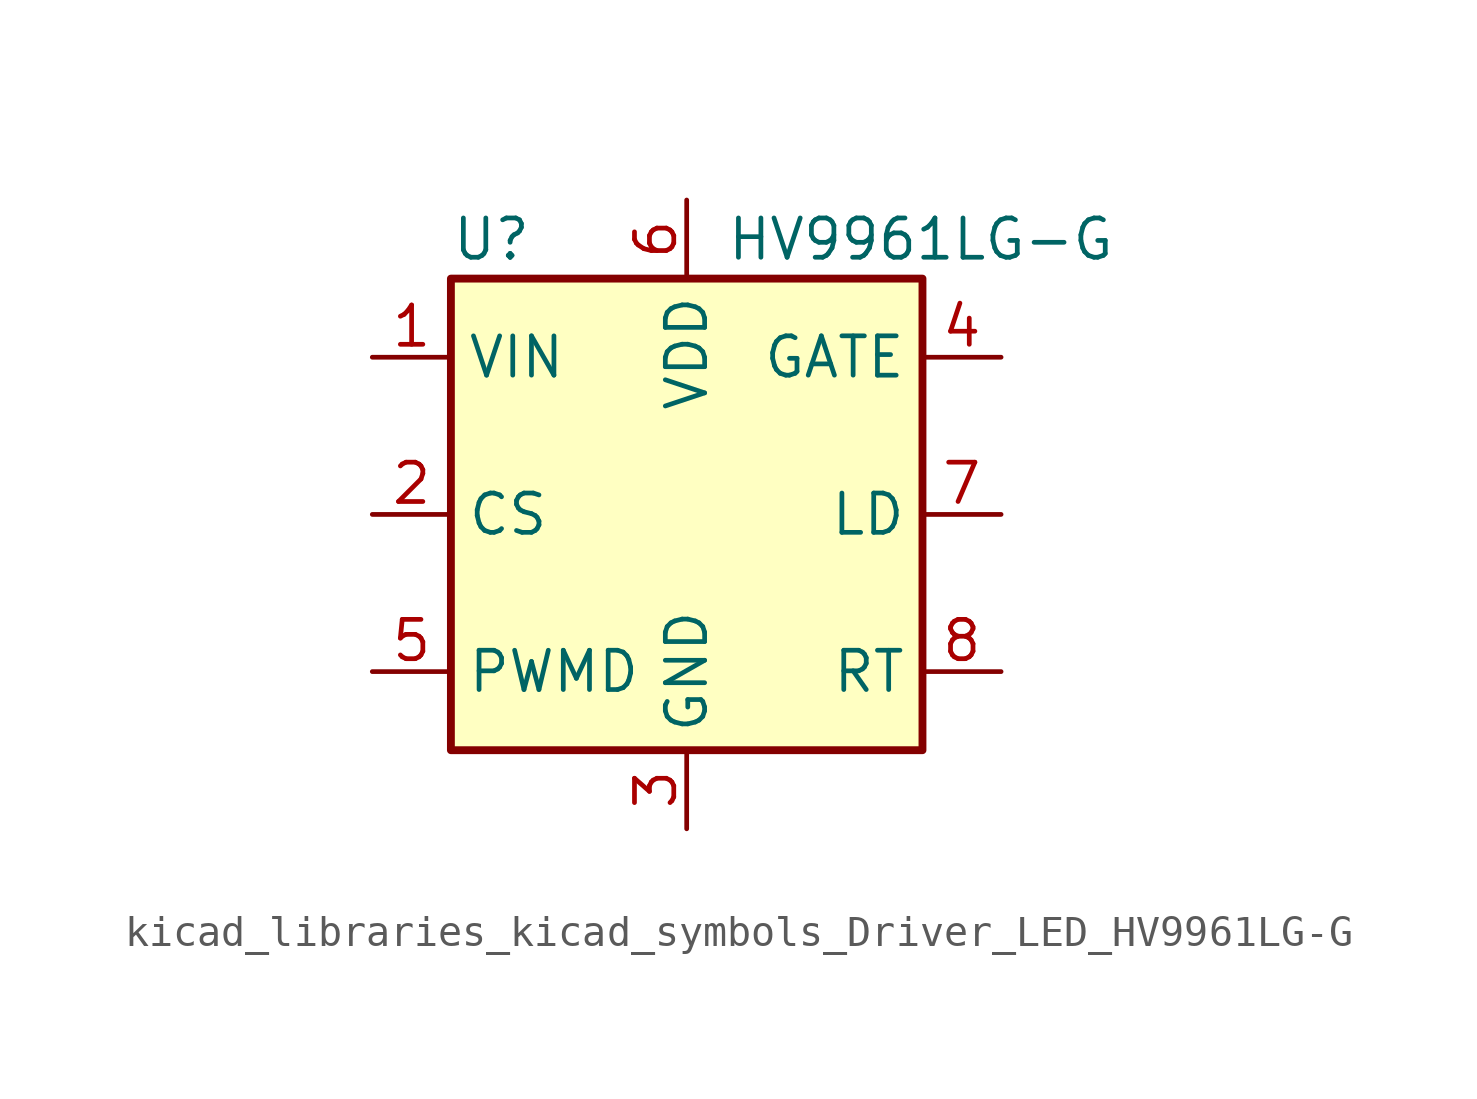
<source format=kicad_sym>
(kicad_symbol_lib
  (version 20220914)
  (generator kicad_symbol_editor)
  (symbol "kicad_libraries_kicad_symbols_Driver_LED_HV9961LG-G"
    (property "Reference" "U"
      (at -7.62 8.89 0)
      (effects (font (size 1.27 1.27)) (justify left)))
    (property "Value" "HV9961LG-G"
      (at 1.27 8.89 0)
      (effects (font (size 1.27 1.27)) (justify left)))
    (symbol "kicad_libraries_kicad_symbols_Driver_LED_HV9961LG-G_0_1"
      (rectangle (start -7.62 7.62) (end 7.62 -7.62) (stroke (width 0.254) (type default)) (fill (type background))))
    (symbol "kicad_libraries_kicad_symbols_Driver_LED_HV9961LG-G_1_1"
      (pin power_in line (at -10.16 5.08 0) (length 2.54) (name "VIN" (effects (font (size 1.27 1.27)))) (number "1" (effects (font (size 1.27 1.27)))))
      (pin input line (at -10.16 0 0) (length 2.54) (name "CS" (effects (font (size 1.27 1.27)))) (number "2" (effects (font (size 1.27 1.27)))))
      (pin power_in line (at 0 -10.16 90) (length 2.54) (name "GND" (effects (font (size 1.27 1.27)))) (number "3" (effects (font (size 1.27 1.27)))))
      (pin output line (at 10.16 5.08 180) (length 2.54) (name "GATE" (effects (font (size 1.27 1.27)))) (number "4" (effects (font (size 1.27 1.27)))))
      (pin output line (at -10.16 -5.08 0) (length 2.54) (name "PWMD" (effects (font (size 1.27 1.27)))) (number "5" (effects (font (size 1.27 1.27)))))
      (pin power_out line (at 0 10.16 270) (length 2.54) (name "VDD" (effects (font (size 1.27 1.27)))) (number "6" (effects (font (size 1.27 1.27)))))
      (pin input line (at 10.16 0 180) (length 2.54) (name "LD" (effects (font (size 1.27 1.27)))) (number "7" (effects (font (size 1.27 1.27)))))
      (pin input line (at 10.16 -5.08 180) (length 2.54) (name "RT" (effects (font (size 1.27 1.27)))) (number "8" (effects (font (size 1.27 1.27))))))))
</source>
